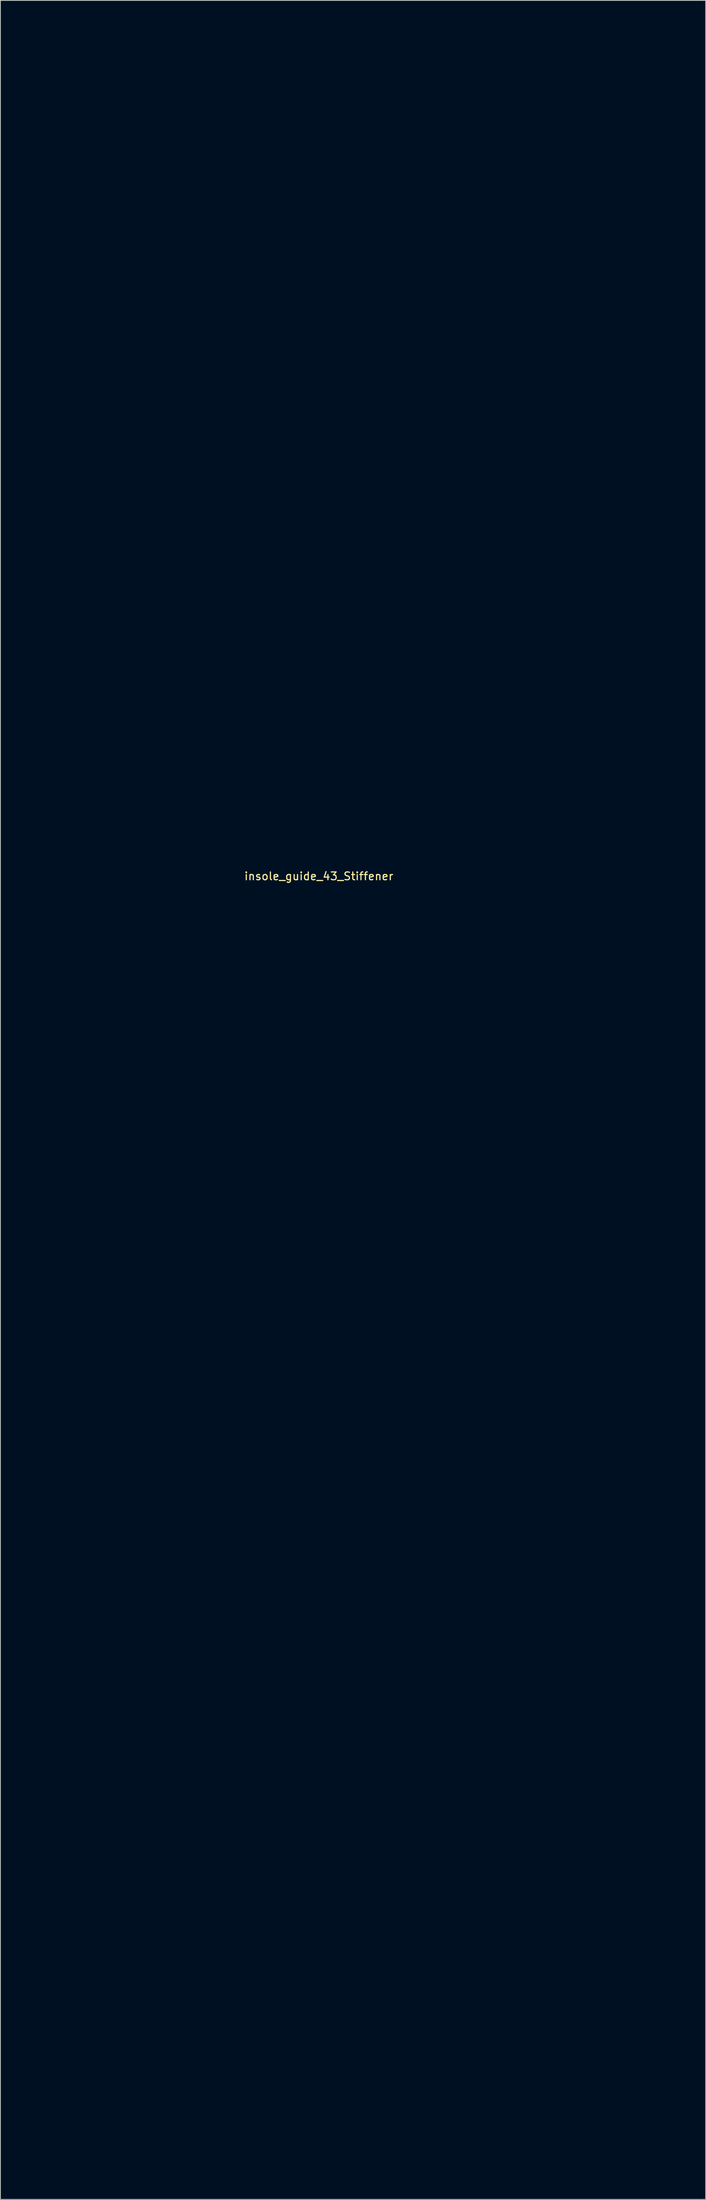
<source format=kicad_pcb>
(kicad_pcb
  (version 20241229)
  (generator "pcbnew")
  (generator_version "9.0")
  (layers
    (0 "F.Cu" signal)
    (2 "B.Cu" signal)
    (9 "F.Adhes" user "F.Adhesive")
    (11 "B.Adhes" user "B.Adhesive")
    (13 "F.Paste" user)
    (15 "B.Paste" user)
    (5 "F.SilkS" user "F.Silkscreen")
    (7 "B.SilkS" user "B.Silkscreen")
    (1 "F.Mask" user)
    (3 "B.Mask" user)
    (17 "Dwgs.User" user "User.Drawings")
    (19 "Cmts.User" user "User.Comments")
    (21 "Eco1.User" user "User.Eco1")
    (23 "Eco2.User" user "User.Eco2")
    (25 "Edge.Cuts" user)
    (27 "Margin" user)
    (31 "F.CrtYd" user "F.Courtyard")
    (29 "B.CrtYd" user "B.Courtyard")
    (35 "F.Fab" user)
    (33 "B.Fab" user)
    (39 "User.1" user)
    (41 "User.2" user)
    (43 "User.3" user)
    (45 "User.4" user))
  (footprint "insole_guide_43_Stiffener"
    (layer "F.Cu")
    (at 29.355 142.654)
    (property "Reference" "insole_guide_43_Stiffener" (at 8.5 -33.4 0) (layer "F.SilkS") (effects (font (size 1 1) (thickness 0.15))))
    (attr through_hole)
    (fp_line (start -29.255 -56.469) (end -29.228 -53.625) (stroke (width 0.2) (type solid)) (layer "Eco1.User"))
    (fp_line (start -29.228 -53.625) (end -29.138 -50.777) (stroke (width 0.2) (type solid)) (layer "Eco1.User"))
    (fp_line (start -29.219 -59.309) (end -29.255 -56.469) (stroke (width 0.2) (type solid)) (layer "Eco1.User"))
    (fp_line (start -29.138 -50.777) (end -28.985 -47.927) (stroke (width 0.2) (type solid)) (layer "Eco1.User"))
    (fp_line (start -29.121 -62.144) (end -29.219 -59.309) (stroke (width 0.2) (type solid)) (layer "Eco1.User"))
    (fp_line (start -28.985 -47.927) (end -28.768 -45.076) (stroke (width 0.2) (type solid)) (layer "Eco1.User"))
    (fp_line (start -28.96 -64.972) (end -29.121 -62.144) (stroke (width 0.2) (type solid)) (layer "Eco1.User"))
    (fp_line (start -28.768 -45.076) (end -28.369 -40.412) (stroke (width 0.2) (type solid)) (layer "Eco1.User"))
    (fp_line (start -28.738 -67.794) (end -28.96 -64.972) (stroke (width 0.2) (type solid)) (layer "Eco1.User"))
    (fp_line (start -28.453 -70.607) (end -28.738 -67.794) (stroke (width 0.2) (type solid)) (layer "Eco1.User"))
    (fp_line (start -28.369 -40.412) (end -27.986 -35.746) (stroke (width 0.2) (type solid)) (layer "Eco1.User"))
    (fp_line (start -28.108 -73.411) (end -28.453 -70.607) (stroke (width 0.2) (type solid)) (layer "Eco1.User"))
    (fp_line (start -27.986 -35.746) (end -27.619 -31.08) (stroke (width 0.2) (type solid)) (layer "Eco1.User"))
    (fp_line (start -27.701 -76.205) (end -28.108 -73.411) (stroke (width 0.2) (type solid)) (layer "Eco1.User"))
    (fp_line (start -27.619 -31.08) (end -27.267 -26.412) (stroke (width 0.2) (type solid)) (layer "Eco1.User"))
    (fp_line (start -27.267 -26.412) (end -26.93 -21.744) (stroke (width 0.2) (type solid)) (layer "Eco1.User"))
    (fp_line (start -27.234 -78.987) (end -27.701 -76.205) (stroke (width 0.2) (type solid)) (layer "Eco1.User"))
    (fp_line (start -26.93 -21.744) (end -26.609 -17.074) (stroke (width 0.2) (type solid)) (layer "Eco1.User"))
    (fp_line (start -26.705 -81.758) (end -27.234 -78.987) (stroke (width 0.2) (type solid)) (layer "Eco1.User"))
    (fp_line (start -26.609 -17.074) (end -26.304 -12.404) (stroke (width 0.2) (type solid)) (layer "Eco1.User"))
    (fp_line (start -26.304 -12.404) (end -26.015 -7.733) (stroke (width 0.2) (type solid)) (layer "Eco1.User"))
    (fp_line (start -26.117 -84.515) (end -26.705 -81.758) (stroke (width 0.2) (type solid)) (layer "Eco1.User"))
    (fp_line (start -26.015 -7.733) (end -25.741 -3.061) (stroke (width 0.2) (type solid)) (layer "Eco1.User"))
    (fp_line (start -25.741 -3.061) (end -25.483 1.612) (stroke (width 0.2) (type solid)) (layer "Eco1.User"))
    (fp_line (start -25.483 1.612) (end -25.24 6.286) (stroke (width 0.2) (type solid)) (layer "Eco1.User"))
    (fp_line (start -25.468 -87.258) (end -26.117 -84.515) (stroke (width 0.2) (type solid)) (layer "Eco1.User"))
    (fp_line (start -25.24 6.286) (end -25.013 10.96) (stroke (width 0.2) (type solid)) (layer "Eco1.User"))
    (fp_line (start -25.013 10.96) (end -24.801 15.635) (stroke (width 0.2) (type solid)) (layer "Eco1.User"))
    (fp_line (start -24.801 15.635) (end -24.606 20.311) (stroke (width 0.2) (type solid)) (layer "Eco1.User"))
    (fp_line (start -24.76 -89.986) (end -25.468 -87.258) (stroke (width 0.2) (type solid)) (layer "Eco1.User"))
    (fp_line (start -24.606 20.311) (end -24.426 24.987) (stroke (width 0.2) (type solid)) (layer "Eco1.User"))
    (fp_line (start -24.426 24.987) (end -24.261 29.664) (stroke (width 0.2) (type solid)) (layer "Eco1.User"))
    (fp_line (start -24.261 29.664) (end -24.112 34.342) (stroke (width 0.2) (type solid)) (layer "Eco1.User"))
    (fp_line (start -24.112 34.342) (end -23.979 39.019) (stroke (width 0.2) (type solid)) (layer "Eco1.User"))
    (fp_line (start -23.992 -92.698) (end -24.76 -89.986) (stroke (width 0.2) (type solid)) (layer "Eco1.User"))
    (fp_line (start -23.979 39.019) (end -23.861 43.698) (stroke (width 0.2) (type solid)) (layer "Eco1.User"))
    (fp_line (start -23.861 43.698) (end -23.759 48.377) (stroke (width 0.2) (type solid)) (layer "Eco1.User"))
    (fp_line (start -23.759 48.377) (end -23.673 53.056) (stroke (width 0.2) (type solid)) (layer "Eco1.User"))
    (fp_line (start -23.755 104.539) (end -23.744 106.093) (stroke (width 0.2) (type solid)) (layer "Eco1.User"))
    (fp_line (start -23.744 106.093) (end -23.65 107.625) (stroke (width 0.2) (type solid)) (layer "Eco1.User"))
    (fp_line (start -23.673 53.056) (end -23.602 57.735) (stroke (width 0.2) (type solid)) (layer "Eco1.User"))
    (fp_line (start -23.669 99.858) (end -23.755 104.539) (stroke (width 0.2) (type solid)) (layer "Eco1.User"))
    (fp_line (start -23.65 107.625) (end -23.474 109.133) (stroke (width 0.2) (type solid)) (layer "Eco1.User"))
    (fp_line (start -23.602 57.735) (end -23.547 62.415) (stroke (width 0.2) (type solid)) (layer "Eco1.User"))
    (fp_line (start -23.599 95.177) (end -23.669 99.858) (stroke (width 0.2) (type solid)) (layer "Eco1.User"))
    (fp_line (start -23.547 62.415) (end -23.508 67.095) (stroke (width 0.2) (type solid)) (layer "Eco1.User"))
    (fp_line (start -23.545 90.497) (end -23.599 95.177) (stroke (width 0.2) (type solid)) (layer "Eco1.User"))
    (fp_line (start -23.508 67.095) (end -23.484 71.775) (stroke (width 0.2) (type solid)) (layer "Eco1.User"))
    (fp_line (start -23.506 85.816) (end -23.545 90.497) (stroke (width 0.2) (type solid)) (layer "Eco1.User"))
    (fp_line (start -23.484 71.775) (end -23.475 76.455) (stroke (width 0.2) (type solid)) (layer "Eco1.User"))
    (fp_line (start -23.483 81.136) (end -23.506 85.816) (stroke (width 0.2) (type solid)) (layer "Eco1.User"))
    (fp_line (start -23.475 76.455) (end -23.483 81.136) (stroke (width 0.2) (type solid)) (layer "Eco1.User"))
    (fp_line (start -23.474 109.133) (end -23.22 110.615) (stroke (width 0.2) (type solid)) (layer "Eco1.User"))
    (fp_line (start -23.22 110.615) (end -22.89 112.068) (stroke (width 0.2) (type solid)) (layer "Eco1.User"))
    (fp_line (start -23.165 -95.392) (end -23.992 -92.698) (stroke (width 0.2) (type solid)) (layer "Eco1.User"))
    (fp_line (start -22.89 112.068) (end -22.485 113.491) (stroke (width 0.2) (type solid)) (layer "Eco1.User"))
    (fp_line (start -22.485 113.491) (end -22.008 114.882) (stroke (width 0.2) (type solid)) (layer "Eco1.User"))
    (fp_line (start -22.279 -98.069) (end -23.165 -95.392) (stroke (width 0.2) (type solid)) (layer "Eco1.User"))
    (fp_line (start -22.008 114.882) (end -21.461 116.238) (stroke (width 0.2) (type solid)) (layer "Eco1.User"))
    (fp_line (start -21.461 116.238) (end -20.847 117.557) (stroke (width 0.2) (type solid)) (layer "Eco1.User"))
    (fp_line (start -21.334 -100.726) (end -22.279 -98.069) (stroke (width 0.2) (type solid)) (layer "Eco1.User"))
    (fp_line (start -20.847 117.557) (end -20.167 118.837) (stroke (width 0.2) (type solid)) (layer "Eco1.User"))
    (fp_line (start -20.331 -103.363) (end -21.334 -100.726) (stroke (width 0.2) (type solid)) (layer "Eco1.User"))
    (fp_line (start -20.167 118.837) (end -19.425 120.077) (stroke (width 0.2) (type solid)) (layer "Eco1.User"))
    (fp_line (start -19.425 120.077) (end -18.621 121.273) (stroke (width 0.2) (type solid)) (layer "Eco1.User"))
    (fp_line (start -19.269 -105.979) (end -20.331 -103.363) (stroke (width 0.2) (type solid)) (layer "Eco1.User"))
    (fp_line (start -18.621 121.273) (end -17.759 122.425) (stroke (width 0.2) (type solid)) (layer "Eco1.User"))
    (fp_line (start -18.15 -108.573) (end -19.269 -105.979) (stroke (width 0.2) (type solid)) (layer "Eco1.User"))
    (fp_line (start -17.759 122.425) (end -16.84 123.529) (stroke (width 0.2) (type solid)) (layer "Eco1.User"))
    (fp_line (start -16.973 -111.144) (end -18.15 -108.573) (stroke (width 0.2) (type solid)) (layer "Eco1.User"))
    (fp_line (start -16.84 123.529) (end -15.867 124.585) (stroke (width 0.2) (type solid)) (layer "Eco1.User"))
    (fp_line (start -15.867 124.585) (end -14.843 125.589) (stroke (width 0.2) (type solid)) (layer "Eco1.User"))
    (fp_line (start -15.738 -113.691) (end -16.973 -111.144) (stroke (width 0.2) (type solid)) (layer "Eco1.User"))
    (fp_line (start -14.843 125.589) (end -13.768 126.539) (stroke (width 0.2) (type solid)) (layer "Eco1.User"))
    (fp_line (start -14.447 -116.213) (end -15.738 -113.691) (stroke (width 0.2) (type solid)) (layer "Eco1.User"))
    (fp_line (start -13.768 126.539) (end -12.647 127.435) (stroke (width 0.2) (type solid)) (layer "Eco1.User"))
    (fp_line (start -13.099 -118.708) (end -14.447 -116.213) (stroke (width 0.2) (type solid)) (layer "Eco1.User"))
    (fp_line (start -12.647 127.435) (end -11.48 128.272) (stroke (width 0.2) (type solid)) (layer "Eco1.User"))
    (fp_line (start -11.694 -121.177) (end -13.099 -118.708) (stroke (width 0.2) (type solid)) (layer "Eco1.User"))
    (fp_line (start -11.48 128.272) (end -10.27 129.051) (stroke (width 0.2) (type solid)) (layer "Eco1.User"))
    (fp_line (start -10.27 129.051) (end -9.019 129.767) (stroke (width 0.2) (type solid)) (layer "Eco1.User"))
    (fp_line (start -10.233 -123.617) (end -11.694 -121.177) (stroke (width 0.2) (type solid)) (layer "Eco1.User"))
    (fp_line (start -9.019 129.767) (end -7.73 130.42) (stroke (width 0.2) (type solid)) (layer "Eco1.User"))
    (fp_line (start -8.715 -126.029) (end -10.233 -123.617) (stroke (width 0.2) (type solid)) (layer "Eco1.User"))
    (fp_line (start -7.73 130.42) (end -6.404 131.007) (stroke (width 0.2) (type solid)) (layer "Eco1.User"))
    (fp_line (start -7.142 -128.41) (end -8.715 -126.029) (stroke (width 0.2) (type solid)) (layer "Eco1.User"))
    (fp_line (start -6.404 131.007) (end -5.045 131.525) (stroke (width 0.2) (type solid)) (layer "Eco1.User"))
    (fp_line (start -5.514 -130.76) (end -7.142 -128.41) (stroke (width 0.2) (type solid)) (layer "Eco1.User"))
    (fp_line (start -5.045 131.525) (end -3.654 131.974) (stroke (width 0.2) (type solid)) (layer "Eco1.User"))
    (fp_line (start -4.404 -132.225) (end -5.514 -130.76) (stroke (width 0.2) (type solid)) (layer "Eco1.User"))
    (fp_line (start -3.654 131.974) (end -2.233 132.351) (stroke (width 0.2) (type solid)) (layer "Eco1.User"))
    (fp_line (start -3.225 -133.592) (end -4.404 -132.225) (stroke (width 0.2) (type solid)) (layer "Eco1.User"))
    (fp_line (start -2.233 132.351) (end -0.785 132.654) (stroke (width 0.2) (type solid)) (layer "Eco1.User"))
    (fp_line (start -1.98 -134.862) (end -3.225 -133.592) (stroke (width 0.2) (type solid)) (layer "Eco1.User"))
    (fp_line (start -1 -1.1) (end -0.7 -1.6) (stroke (width 0.2) (type solid)) (layer "Eco1.User"))
    (fp_line (start -1 66.4) (end -1 -1.1) (stroke (width 0.2) (type solid)) (layer "Eco1.User"))
    (fp_line (start -1 66.4) (end -0.3 67.2) (stroke (width 0.2) (type solid)) (layer "Eco1.User"))
    (fp_line (start -0.785 132.654) (end 0.689 132.88) (stroke (width 0.2) (type solid)) (layer "Eco1.User"))
    (fp_line (start -0.7 -1.6) (end 0.1 -1.6) (stroke (width 0.2) (type solid)) (layer "Eco1.User"))
    (fp_line (start -0.676 -136.035) (end -1.98 -134.862) (stroke (width 0.2) (type solid)) (layer "Eco1.User"))
    (fp_line (start 0.5 -1.2) (end 0.1 -1.6) (stroke (width 0.2) (type solid)) (layer "Eco1.User"))
    (fp_line (start 0.683 -137.11) (end -0.676 -136.035) (stroke (width 0.2) (type solid)) (layer "Eco1.User"))
    (fp_line (start 0.689 132.88) (end 2.185 133.028) (stroke (width 0.2) (type solid)) (layer "Eco1.User"))
    (fp_line (start 2.093 -138.088) (end 0.683 -137.11) (stroke (width 0.2) (type solid)) (layer "Eco1.User"))
    (fp_line (start 2.185 133.028) (end 3.701 133.096) (stroke (width 0.2) (type solid)) (layer "Eco1.User"))
    (fp_line (start 3.5 12.6) (end 0.5 -1.2) (stroke (width 0.2) (type solid)) (layer "Eco1.User"))
    (fp_line (start 3.5 43) (end 3.5 12.6) (stroke (width 0.2) (type solid)) (layer "Eco1.User"))
    (fp_line (start 3.549 -138.97) (end 2.093 -138.088) (stroke (width 0.2) (type solid)) (layer "Eco1.User"))
    (fp_line (start 3.701 133.096) (end 5.236 133.081) (stroke (width 0.2) (type solid)) (layer "Eco1.User"))
    (fp_line (start 5.045 -139.754) (end 3.549 -138.97) (stroke (width 0.2) (type solid)) (layer "Eco1.User"))
    (fp_line (start 5.236 133.081) (end 6.788 132.982) (stroke (width 0.2) (type solid)) (layer "Eco1.User"))
    (fp_line (start 6.578 -140.442) (end 5.045 -139.754) (stroke (width 0.2) (type solid)) (layer "Eco1.User"))
    (fp_line (start 6.788 132.982) (end 8.331 132.798) (stroke (width 0.2) (type solid)) (layer "Eco1.User"))
    (fp_line (start 8.142 -141.033) (end 6.578 -140.442) (stroke (width 0.2) (type solid)) (layer "Eco1.User"))
    (fp_line (start 8.331 132.798) (end 9.843 132.535) (stroke (width 0.2) (type solid)) (layer "Eco1.User"))
    (fp_line (start 9.732 -141.527) (end 8.142 -141.033) (stroke (width 0.2) (type solid)) (layer "Eco1.User"))
    (fp_line (start 9.843 132.535) (end 11.323 132.193) (stroke (width 0.2) (type solid)) (layer "Eco1.User"))
    (fp_line (start 11.323 132.193) (end 12.767 131.777) (stroke (width 0.2) (type solid)) (layer "Eco1.User"))
    (fp_line (start 11.344 -141.925) (end 9.732 -141.527) (stroke (width 0.2) (type solid)) (layer "Eco1.User"))
    (fp_line (start 12.767 131.777) (end 14.175 131.287) (stroke (width 0.2) (type solid)) (layer "Eco1.User"))
    (fp_line (start 12.974 -142.226) (end 11.344 -141.925) (stroke (width 0.2) (type solid)) (layer "Eco1.User"))
    (fp_line (start 14.175 131.287) (end 15.544 130.727) (stroke (width 0.2) (type solid)) (layer "Eco1.User"))
    (fp_line (start 14.615 -142.432) (end 12.974 -142.226) (stroke (width 0.2) (type solid)) (layer "Eco1.User"))
    (fp_line (start 15.544 130.727) (end 16.873 130.099) (stroke (width 0.2) (type solid)) (layer "Eco1.User"))
    (fp_line (start 16.265 -142.541) (end 14.615 -142.432) (stroke (width 0.2) (type solid)) (layer "Eco1.User"))
    (fp_line (start 16.873 130.099) (end 18.16 129.405) (stroke (width 0.2) (type solid)) (layer "Eco1.User"))
    (fp_line (start 17.916 -142.554) (end 16.265 -142.541) (stroke (width 0.2) (type solid)) (layer "Eco1.User"))
    (fp_line (start 18.16 129.405) (end 19.403 128.648) (stroke (width 0.2) (type solid)) (layer "Eco1.User"))
    (fp_line (start 19.403 128.648) (end 20.6 127.831) (stroke (width 0.2) (type solid)) (layer "Eco1.User"))
    (fp_line (start 19.566 -142.471) (end 17.916 -142.554) (stroke (width 0.2) (type solid)) (layer "Eco1.User"))
    (fp_line (start 20.6 127.831) (end 21.75 126.955) (stroke (width 0.2) (type solid)) (layer "Eco1.User"))
    (fp_line (start 21.209 -142.292) (end 19.566 -142.471) (stroke (width 0.2) (type solid)) (layer "Eco1.User"))
    (fp_line (start 21.75 126.955) (end 22.85 126.024) (stroke (width 0.2) (type solid)) (layer "Eco1.User"))
    (fp_line (start 22 12.6) (end 29.2 -1.7) (stroke (width 0.2) (type solid)) (layer "Eco1.User"))
    (fp_line (start 22 43) (end 3.5 43) (stroke (width 0.2) (type solid)) (layer "Eco1.User"))
    (fp_line (start 22 43) (end 22 12.6) (stroke (width 0.2) (type solid)) (layer "Eco1.User"))
    (fp_line (start 22.841 -142.017) (end 21.209 -142.292) (stroke (width 0.2) (type solid)) (layer "Eco1.User"))
    (fp_line (start 22.85 126.024) (end 23.899 125.039) (stroke (width 0.2) (type solid)) (layer "Eco1.User"))
    (fp_line (start 23.899 125.039) (end 24.895 124.004) (stroke (width 0.2) (type solid)) (layer "Eco1.User"))
    (fp_line (start 24.456 -141.647) (end 22.841 -142.017) (stroke (width 0.2) (type solid)) (layer "Eco1.User"))
    (fp_line (start 24.895 124.004) (end 25.835 122.92) (stroke (width 0.2) (type solid)) (layer "Eco1.User"))
    (fp_line (start 25.75 67.2) (end -0.3 67.2) (stroke (width 0.2) (type solid)) (layer "Eco1.User"))
    (fp_line (start 25.75 67.2) (end 27.4 68.95) (stroke (width 0.2) (type solid)) (layer "Eco1.User"))
    (fp_line (start 25.835 122.92) (end 26.72 121.79) (stroke (width 0.2) (type solid)) (layer "Eco1.User"))
    (fp_line (start 26.05 -141.181) (end 24.456 -141.647) (stroke (width 0.2) (type solid)) (layer "Eco1.User"))
    (fp_line (start 26.72 121.79) (end 27.545 120.617) (stroke (width 0.2) (type solid)) (layer "Eco1.User"))
    (fp_line (start 27.545 120.617) (end 28.311 119.403) (stroke (width 0.2) (type solid)) (layer "Eco1.User"))
    (fp_line (start 27.618 -140.62) (end 26.05 -141.181) (stroke (width 0.2) (type solid)) (layer "Eco1.User"))
    (fp_line (start 27.666 71.838) (end 27.4 68.95) (stroke (width 0.2) (type solid)) (layer "Eco1.User"))
    (fp_line (start 28.107 76.46) (end 27.666 71.838) (stroke (width 0.2) (type solid)) (layer "Eco1.User"))
    (fp_line (start 28.311 119.403) (end 29.014 118.15) (stroke (width 0.2) (type solid)) (layer "Eco1.User"))
    (fp_line (start 28.638 81.077) (end 28.107 76.46) (stroke (width 0.2) (type solid)) (layer "Eco1.User"))
    (fp_line (start 29.014 118.15) (end 29.653 116.862) (stroke (width 0.2) (type solid)) (layer "Eco1.User"))
    (fp_line (start 29.156 -139.963) (end 27.618 -140.62) (stroke (width 0.2) (type solid)) (layer "Eco1.User"))
    (fp_line (start 29.2 -1.7) (end 31.7 -1.7) (stroke (width 0.2) (type solid)) (layer "Eco1.User"))
    (fp_line (start 29.26 85.689) (end 28.638 81.077) (stroke (width 0.2) (type solid)) (layer "Eco1.User"))
    (fp_line (start 29.653 116.862) (end 30.226 115.539) (stroke (width 0.2) (type solid)) (layer "Eco1.User"))
    (fp_line (start 29.972 90.293) (end 29.26 85.689) (stroke (width 0.2) (type solid)) (layer "Eco1.User"))
    (fp_line (start 30.226 115.539) (end 30.732 114.186) (stroke (width 0.2) (type solid)) (layer "Eco1.User"))
    (fp_line (start 30.658 -139.211) (end 29.156 -139.963) (stroke (width 0.2) (type solid)) (layer "Eco1.User"))
    (fp_line (start 30.732 114.186) (end 31.168 112.803) (stroke (width 0.2) (type solid)) (layer "Eco1.User"))
    (fp_line (start 30.775 94.888) (end 29.972 90.293) (stroke (width 0.2) (type solid)) (layer "Eco1.User"))
    (fp_line (start 31.168 112.803) (end 31.533 111.395) (stroke (width 0.2) (type solid)) (layer "Eco1.User"))
    (fp_line (start 31.533 111.395) (end 31.825 109.962) (stroke (width 0.2) (type solid)) (layer "Eco1.User"))
    (fp_line (start 31.669 99.473) (end 30.775 94.888) (stroke (width 0.2) (type solid)) (layer "Eco1.User"))
    (fp_line (start 31.669 99.473) (end 31.669 99.473) (stroke (width 0.2) (type solid)) (layer "Eco1.User"))
    (fp_line (start 31.669 99.473) (end 31.669 99.473) (stroke (width 0.2) (type solid)) (layer "Eco1.User"))
    (fp_line (start 31.669 99.473) (end 31.669 99.473) (stroke (width 0.2) (type solid)) (layer "Eco1.User"))
    (fp_line (start 31.669 99.473) (end 31.669 99.473) (stroke (width 0.2) (type solid)) (layer "Eco1.User"))
    (fp_line (start 31.669 99.473) (end 31.669 99.473) (stroke (width 0.2) (type solid)) (layer "Eco1.User"))
    (fp_line (start 31.669 99.473) (end 31.669 99.473) (stroke (width 0.2) (type solid)) (layer "Eco1.User"))
    (fp_line (start 31.669 99.473) (end 31.669 99.473) (stroke (width 0.2) (type solid)) (layer "Eco1.User"))
    (fp_line (start 31.669 99.473) (end 31.669 99.473) (stroke (width 0.2) (type solid)) (layer "Eco1.User"))
    (fp_line (start 31.669 99.473) (end 31.669 99.473) (stroke (width 0.2) (type solid)) (layer "Eco1.User"))
    (fp_line (start 31.669 99.473) (end 31.669 99.473) (stroke (width 0.2) (type solid)) (layer "Eco1.User"))
    (fp_line (start 31.669 99.473) (end 31.669 99.473) (stroke (width 0.2) (type solid)) (layer "Eco1.User"))
    (fp_line (start 31.669 99.473) (end 31.669 99.473) (stroke (width 0.2) (type solid)) (layer "Eco1.User"))
    (fp_line (start 31.669 99.473) (end 31.669 99.473) (stroke (width 0.2) (type solid)) (layer "Eco1.User"))
    (fp_line (start 31.669 99.473) (end 31.669 99.473) (stroke (width 0.2) (type solid)) (layer "Eco1.User"))
    (fp_line (start 31.669 99.473) (end 31.669 99.473) (stroke (width 0.2) (type solid)) (layer "Eco1.User"))
    (fp_line (start 31.669 99.473) (end 31.669 99.473) (stroke (width 0.2) (type solid)) (layer "Eco1.User"))
    (fp_line (start 31.669 99.473) (end 31.669 99.473) (stroke (width 0.2) (type solid)) (layer "Eco1.User"))
    (fp_line (start 31.669 99.473) (end 31.669 99.473) (stroke (width 0.2) (type solid)) (layer "Eco1.User"))
    (fp_line (start 31.669 99.473) (end 31.669 99.473) (stroke (width 0.2) (type solid)) (layer "Eco1.User"))
    (fp_line (start 31.669 99.473) (end 31.669 99.473) (stroke (width 0.2) (type solid)) (layer "Eco1.User"))
    (fp_line (start 31.669 99.473) (end 31.669 99.473) (stroke (width 0.2) (type solid)) (layer "Eco1.User"))
    (fp_line (start 31.669 99.473) (end 31.669 99.473) (stroke (width 0.2) (type solid)) (layer "Eco1.User"))
    (fp_line (start 31.669 99.474) (end 31.669 99.473) (stroke (width 0.2) (type solid)) (layer "Eco1.User"))
    (fp_line (start 31.669 99.474) (end 31.669 99.474) (stroke (width 0.2) (type solid)) (layer "Eco1.User"))
    (fp_line (start 31.669 99.474) (end 31.669 99.474) (stroke (width 0.2) (type solid)) (layer "Eco1.User"))
    (fp_line (start 31.669 99.474) (end 31.669 99.474) (stroke (width 0.2) (type solid)) (layer "Eco1.User"))
    (fp_line (start 31.669 99.474) (end 31.669 99.474) (stroke (width 0.2) (type solid)) (layer "Eco1.User"))
    (fp_line (start 31.669 99.474) (end 31.669 99.474) (stroke (width 0.2) (type solid)) (layer "Eco1.User"))
    (fp_line (start 31.669 99.474) (end 31.669 99.474) (stroke (width 0.2) (type solid)) (layer "Eco1.User"))
    (fp_line (start 31.669 99.474) (end 31.669 99.474) (stroke (width 0.2) (type solid)) (layer "Eco1.User"))
    (fp_line (start 31.669 99.474) (end 31.669 99.474) (stroke (width 0.2) (type solid)) (layer "Eco1.User"))
    (fp_line (start 31.669 99.474) (end 31.669 99.474) (stroke (width 0.2) (type solid)) (layer "Eco1.User"))
    (fp_line (start 31.7 -1.7) (end 33 -2.8) (stroke (width 0.2) (type solid)) (layer "Eco1.User"))
    (fp_line (start 31.825 109.962) (end 32.042 108.508) (stroke (width 0.2) (type solid)) (layer "Eco1.User"))
    (fp_line (start 31.94 101.004) (end 31.669 99.474) (stroke (width 0.2) (type solid)) (layer "Eco1.User"))
    (fp_line (start 32.042 108.508) (end 32.183 107.036) (stroke (width 0.2) (type solid)) (layer "Eco1.User"))
    (fp_line (start 32.12 -138.364) (end 30.658 -139.211) (stroke (width 0.2) (type solid)) (layer "Eco1.User"))
    (fp_line (start 32.125 102.528) (end 31.94 101.004) (stroke (width 0.2) (type solid)) (layer "Eco1.User"))
    (fp_line (start 32.183 107.036) (end 32.244 105.546) (stroke (width 0.2) (type solid)) (layer "Eco1.User"))
    (fp_line (start 32.225 104.043) (end 32.125 102.528) (stroke (width 0.2) (type solid)) (layer "Eco1.User"))
    (fp_line (start 32.244 105.546) (end 32.225 104.043) (stroke (width 0.2) (type solid)) (layer "Eco1.User"))
    (fp_line (start 33 -2.8) (end 33.838 -6.19) (stroke (width 0.2) (type solid)) (layer "Eco1.User"))
    (fp_line (start 33.536 -137.422) (end 32.12 -138.364) (stroke (width 0.2) (type solid)) (layer "Eco1.User"))
    (fp_line (start 33.838 -6.19) (end 34.998 -10.674) (stroke (width 0.2) (type solid)) (layer "Eco1.User"))
    (fp_line (start 34.904 -136.385) (end 33.536 -137.422) (stroke (width 0.2) (type solid)) (layer "Eco1.User"))
    (fp_line (start 34.998 -10.674) (end 36.244 -15.138) (stroke (width 0.2) (type solid)) (layer "Eco1.User"))
    (fp_line (start 36.216 -135.253) (end 34.904 -136.385) (stroke (width 0.2) (type solid)) (layer "Eco1.User"))
    (fp_line (start 36.244 -15.138) (end 37.579 -19.58) (stroke (width 0.2) (type solid)) (layer "Eco1.User"))
    (fp_line (start 37.47 -134.026) (end 36.216 -135.253) (stroke (width 0.2) (type solid)) (layer "Eco1.User"))
    (fp_line (start 37.579 -19.58) (end 39 -24) (stroke (width 0.2) (type solid)) (layer "Eco1.User"))
    (fp_line (start 38.659 -132.705) (end 37.47 -134.026) (stroke (width 0.2) (type solid)) (layer "Eco1.User"))
    (fp_line (start 39 -24) (end 40.509 -28.396) (stroke (width 0.2) (type solid)) (layer "Eco1.User"))
    (fp_line (start 39.779 -131.289) (end 38.659 -132.705) (stroke (width 0.2) (type solid)) (layer "Eco1.User"))
    (fp_line (start 40.509 -28.396) (end 42.104 -32.767) (stroke (width 0.2) (type solid)) (layer "Eco1.User"))
    (fp_line (start 40.826 -129.778) (end 39.779 -131.289) (stroke (width 0.2) (type solid)) (layer "Eco1.User"))
    (fp_line (start 42.104 -32.767) (end 43.787 -37.111) (stroke (width 0.2) (type solid)) (layer "Eco1.User"))
    (fp_line (start 42.31 -127.406) (end 40.826 -129.778) (stroke (width 0.2) (type solid)) (layer "Eco1.User"))
    (fp_line (start 43.713 -124.997) (end 42.31 -127.406) (stroke (width 0.2) (type solid)) (layer "Eco1.User"))
    (fp_line (start 43.787 -37.111) (end 45.556 -41.427) (stroke (width 0.2) (type solid)) (layer "Eco1.User"))
    (fp_line (start 45.035 -122.554) (end 43.713 -124.997) (stroke (width 0.2) (type solid)) (layer "Eco1.User"))
    (fp_line (start 45.556 -41.427) (end 47.412 -45.715) (stroke (width 0.2) (type solid)) (layer "Eco1.User"))
    (fp_line (start 46.276 -120.079) (end 45.035 -122.554) (stroke (width 0.2) (type solid)) (layer "Eco1.User"))
    (fp_line (start 47.412 -45.715) (end 48.508 -48.289) (stroke (width 0.2) (type solid)) (layer "Eco1.User"))
    (fp_line (start 47.435 -117.573) (end 46.276 -120.079) (stroke (width 0.2) (type solid)) (layer "Eco1.User"))
    (fp_line (start 48.508 -48.289) (end 49.519 -50.887) (stroke (width 0.2) (type solid)) (layer "Eco1.User"))
    (fp_line (start 48.513 -115.039) (end 47.435 -117.573) (stroke (width 0.2) (type solid)) (layer "Eco1.User"))
    (fp_line (start 49.509 -112.479) (end 48.513 -115.039) (stroke (width 0.2) (type solid)) (layer "Eco1.User"))
    (fp_line (start 49.519 -50.887) (end 50.444 -53.506) (stroke (width 0.2) (type solid)) (layer "Eco1.User"))
    (fp_line (start 50.423 -109.895) (end 49.509 -112.479) (stroke (width 0.2) (type solid)) (layer "Eco1.User"))
    (fp_line (start 50.444 -53.506) (end 51.284 -56.145) (stroke (width 0.2) (type solid)) (layer "Eco1.User"))
    (fp_line (start 51.255 -107.288) (end 50.423 -109.895) (stroke (width 0.2) (type solid)) (layer "Eco1.User"))
    (fp_line (start 51.284 -56.145) (end 52.039 -58.8) (stroke (width 0.2) (type solid)) (layer "Eco1.User"))
    (fp_line (start 52.005 -104.661) (end 51.255 -107.288) (stroke (width 0.2) (type solid)) (layer "Eco1.User"))
    (fp_line (start 52.039 -58.8) (end 52.709 -61.471) (stroke (width 0.2) (type solid)) (layer "Eco1.User"))
    (fp_line (start 52.673 -102.015) (end 52.005 -104.661) (stroke (width 0.2) (type solid)) (layer "Eco1.User"))
    (fp_line (start 52.709 -61.471) (end 53.294 -64.155) (stroke (width 0.2) (type solid)) (layer "Eco1.User"))
    (fp_line (start 53.258 -99.353) (end 52.673 -102.015) (stroke (width 0.2) (type solid)) (layer "Eco1.User"))
    (fp_line (start 53.294 -64.155) (end 53.795 -66.85) (stroke (width 0.2) (type solid)) (layer "Eco1.User"))
    (fp_line (start 53.761 -96.677) (end 53.258 -99.353) (stroke (width 0.2) (type solid)) (layer "Eco1.User"))
    (fp_line (start 53.795 -66.85) (end 54.211 -69.555) (stroke (width 0.2) (type solid)) (layer "Eco1.User"))
    (fp_line (start 54.181 -93.988) (end 53.761 -96.677) (stroke (width 0.2) (type solid)) (layer "Eco1.User"))
    (fp_line (start 54.211 -69.555) (end 54.543 -72.267) (stroke (width 0.2) (type solid)) (layer "Eco1.User"))
    (fp_line (start 54.518 -91.289) (end 54.181 -93.988) (stroke (width 0.2) (type solid)) (layer "Eco1.User"))
    (fp_line (start 54.543 -72.267) (end 54.791 -74.984) (stroke (width 0.2) (type solid)) (layer "Eco1.User"))
    (fp_line (start 54.772 -88.581) (end 54.518 -91.289) (stroke (width 0.2) (type solid)) (layer "Eco1.User"))
    (fp_line (start 54.791 -74.984) (end 54.954 -77.705) (stroke (width 0.2) (type solid)) (layer "Eco1.User"))
    (fp_line (start 54.943 -85.867) (end 54.772 -88.581) (stroke (width 0.2) (type solid)) (layer "Eco1.User"))
    (fp_line (start 54.954 -77.705) (end 55.034 -80.427) (stroke (width 0.2) (type solid)) (layer "Eco1.User"))
    (fp_line (start 55.03 -83.148) (end 54.943 -85.867) (stroke (width 0.2) (type solid)) (layer "Eco1.User"))
    (fp_line (start 55.034 -80.427) (end 55.03 -83.148) (stroke (width 0.2) (type solid)) (layer "Eco1.User")))
  (gr_rect
    (start -3 -3)
    (end 87.489 278.85)
    (stroke (width 0.1) (type default))
    (fill no)
    (layer "Edge.Cuts")))
</source>
